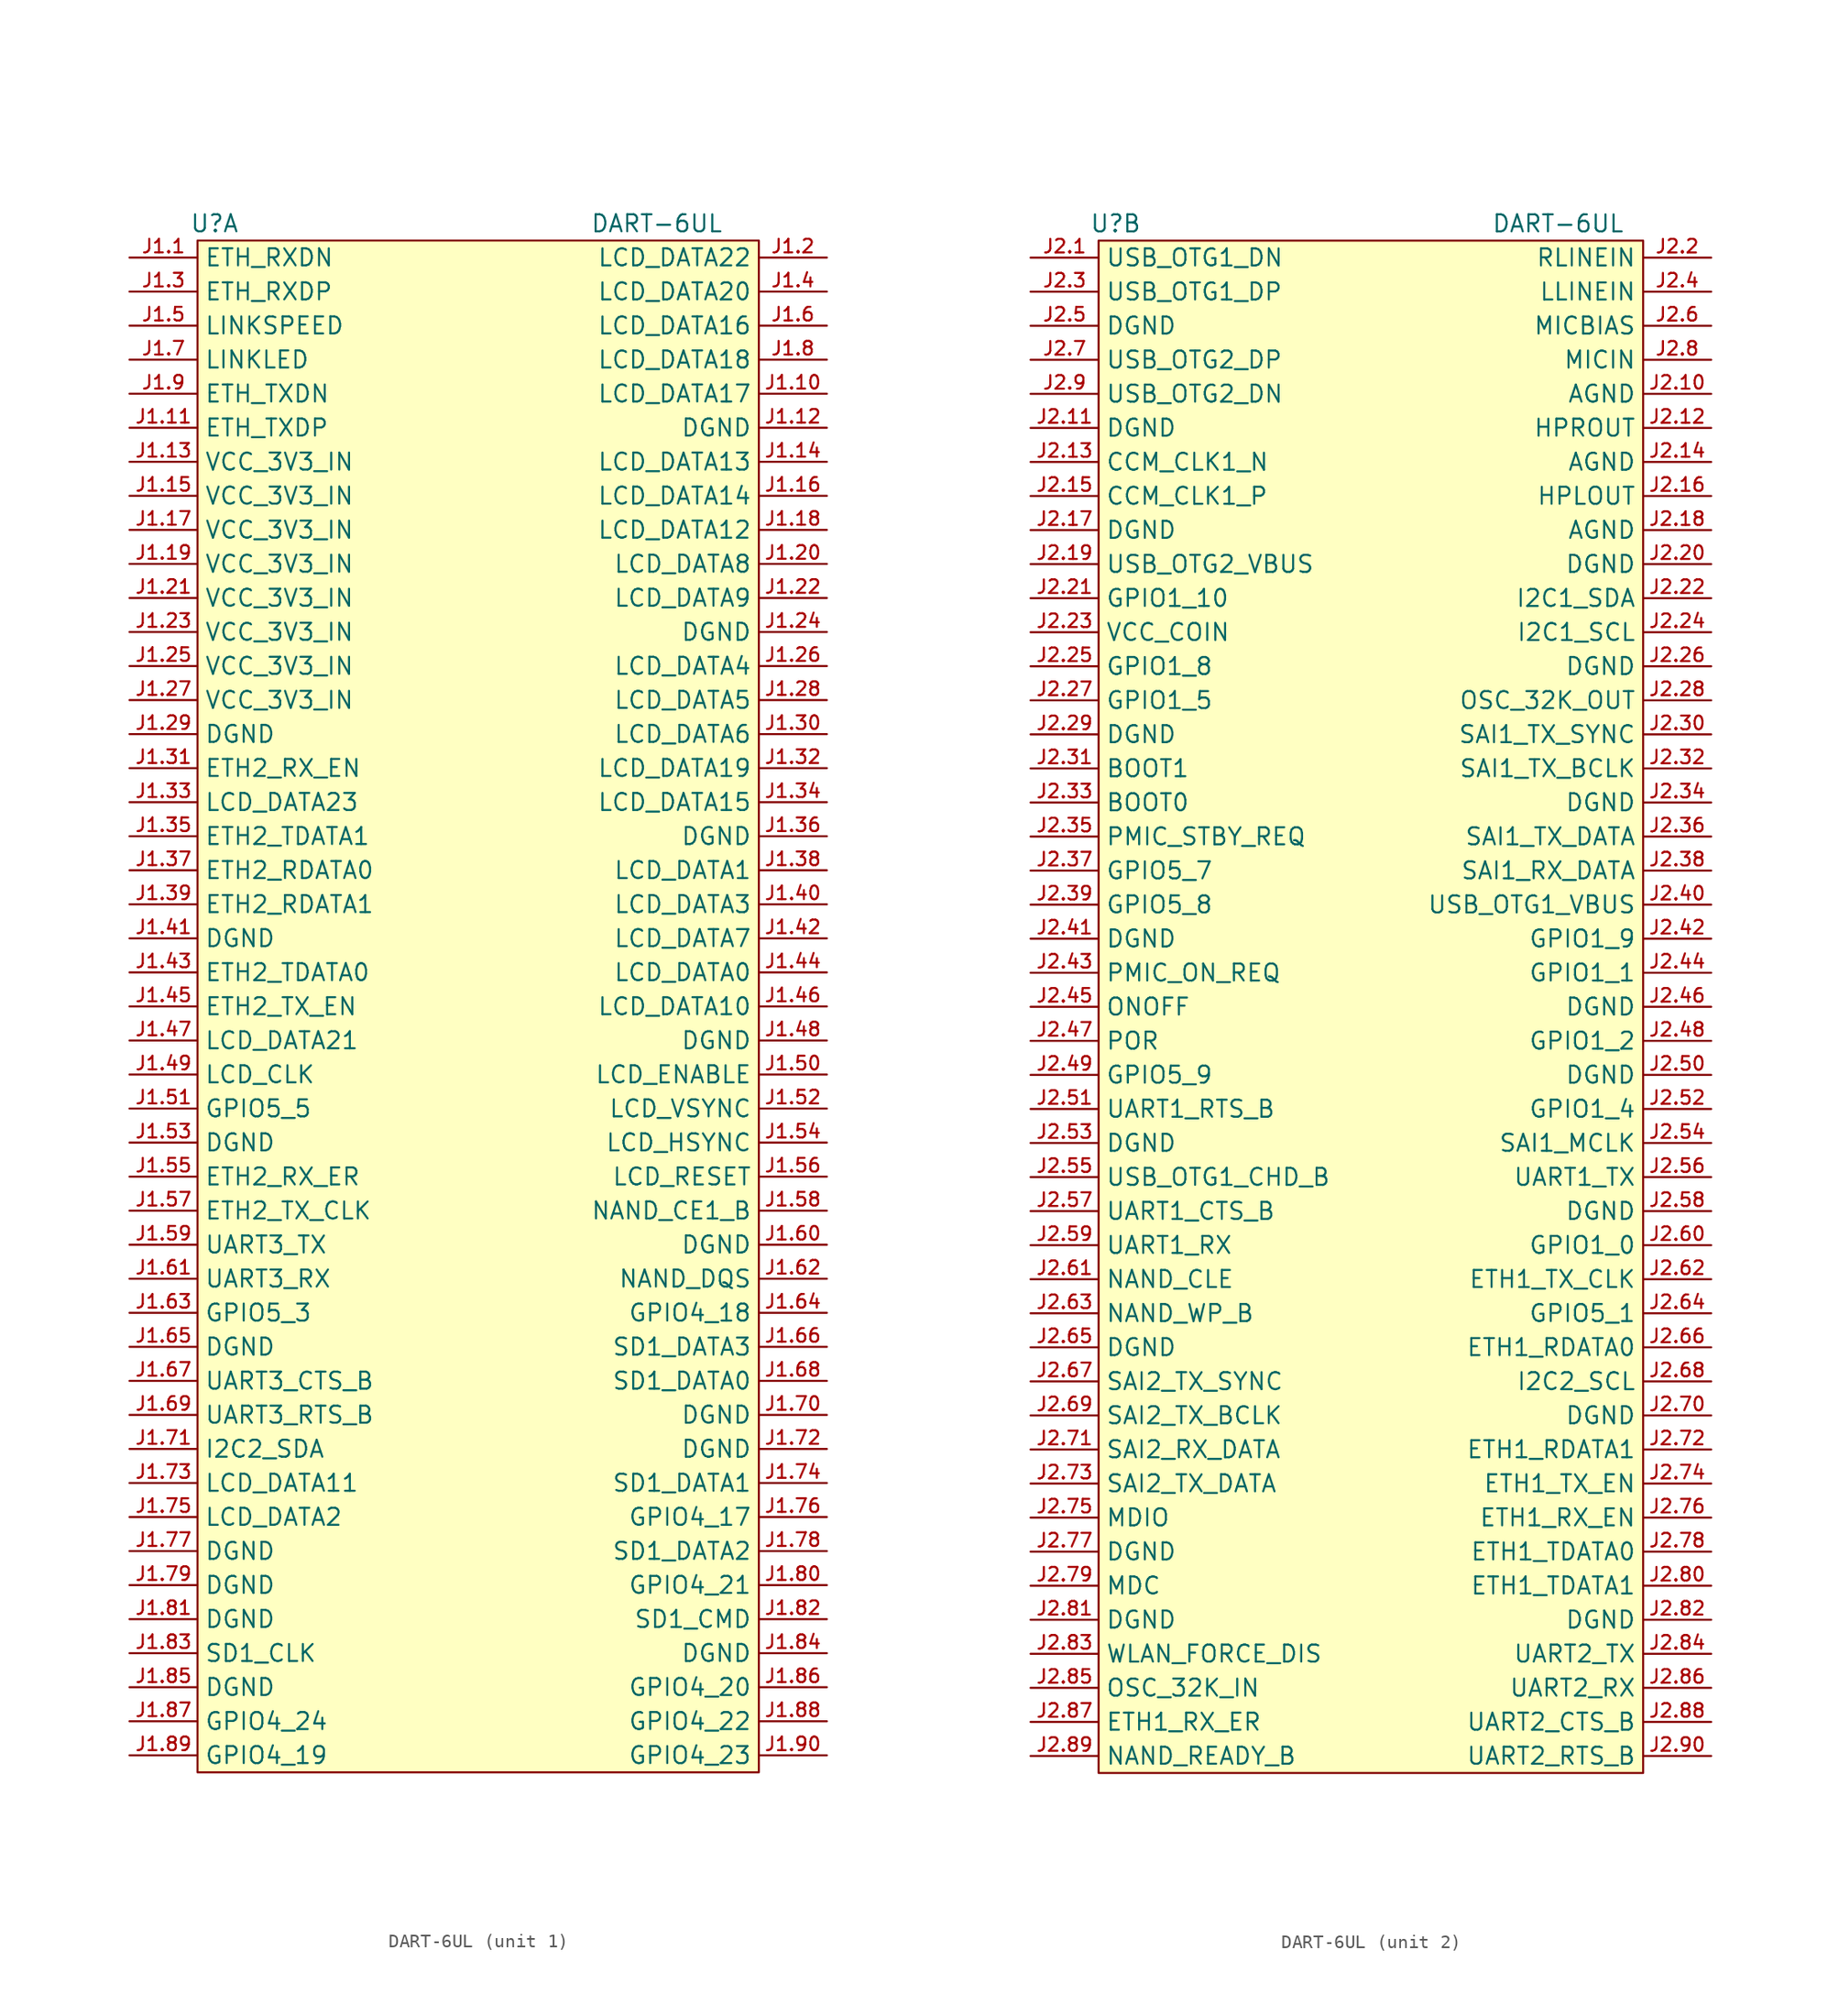
<source format=kicad_sym>
(kicad_symbol_lib
  (version 20210619)
  (generator kicad_symbol_editor)
  (symbol "DART-6UL"
    (property "Reference" "U"
      (at -19.05 58.42 0)
      (effects (font (size 1.27 1.27))))
    (property "Value" "DART-6UL"
      (at 13.97 58.42 0)
      (effects (font (size 1.27 1.27))))
    (property "ki_locked" ""
      (at 0 0 0)
      (effects (font (size 1.27 1.27))))
    (symbol "DART-6UL_1_1"
      (rectangle (start -20.32 57.15) (end 21.59 -57.15) (stroke (width 0)) (fill (type background)))
      (pin unspecified line (at -25.4 55.88 0) (length 5.08) (name "ETH_RXDN" (effects (font (size 1.27 1.27)))) (number "J1.1" (effects (font (size 1.016 1.016)))))
      (pin unspecified line (at 26.67 45.72 180) (length 5.08) (name "LCD_DATA17" (effects (font (size 1.27 1.27)))) (number "J1.10" (effects (font (size 1.016 1.016)))))
      (pin unspecified line (at -25.4 43.18 0) (length 5.08) (name "ETH_TXDP" (effects (font (size 1.27 1.27)))) (number "J1.11" (effects (font (size 1.016 1.016)))))
      (pin power_in line (at 26.67 43.18 180) (length 5.08) (name "DGND" (effects (font (size 1.27 1.27)))) (number "J1.12" (effects (font (size 1.016 1.016)))))
      (pin power_in line (at -25.4 40.64 0) (length 5.08) (name "VCC_3V3_IN" (effects (font (size 1.27 1.27)))) (number "J1.13" (effects (font (size 1.016 1.016)))))
      (pin unspecified line (at 26.67 40.64 180) (length 5.08) (name "LCD_DATA13" (effects (font (size 1.27 1.27)))) (number "J1.14" (effects (font (size 1.016 1.016)))))
      (pin power_in line (at -25.4 38.1 0) (length 5.08) (name "VCC_3V3_IN" (effects (font (size 1.27 1.27)))) (number "J1.15" (effects (font (size 1.016 1.016)))))
      (pin unspecified line (at 26.67 38.1 180) (length 5.08) (name "LCD_DATA14" (effects (font (size 1.27 1.27)))) (number "J1.16" (effects (font (size 1.016 1.016)))))
      (pin power_in line (at -25.4 35.56 0) (length 5.08) (name "VCC_3V3_IN" (effects (font (size 1.27 1.27)))) (number "J1.17" (effects (font (size 1.016 1.016)))))
      (pin unspecified line (at 26.67 35.56 180) (length 5.08) (name "LCD_DATA12" (effects (font (size 1.27 1.27)))) (number "J1.18" (effects (font (size 1.016 1.016)))))
      (pin power_in line (at -25.4 33.02 0) (length 5.08) (name "VCC_3V3_IN" (effects (font (size 1.27 1.27)))) (number "J1.19" (effects (font (size 1.016 1.016)))))
      (pin unspecified line (at 26.67 55.88 180) (length 5.08) (name "LCD_DATA22" (effects (font (size 1.27 1.27)))) (number "J1.2" (effects (font (size 1.016 1.016)))))
      (pin unspecified line (at 26.67 33.02 180) (length 5.08) (name "LCD_DATA8" (effects (font (size 1.27 1.27)))) (number "J1.20" (effects (font (size 1.016 1.016)))))
      (pin power_in line (at -25.4 30.48 0) (length 5.08) (name "VCC_3V3_IN" (effects (font (size 1.27 1.27)))) (number "J1.21" (effects (font (size 1.016 1.016)))))
      (pin unspecified line (at 26.67 30.48 180) (length 5.08) (name "LCD_DATA9" (effects (font (size 1.27 1.27)))) (number "J1.22" (effects (font (size 1.016 1.016)))))
      (pin power_in line (at -25.4 27.94 0) (length 5.08) (name "VCC_3V3_IN" (effects (font (size 1.27 1.27)))) (number "J1.23" (effects (font (size 1.016 1.016)))))
      (pin power_in line (at 26.67 27.94 180) (length 5.08) (name "DGND" (effects (font (size 1.27 1.27)))) (number "J1.24" (effects (font (size 1.016 1.016)))))
      (pin power_in line (at -25.4 25.4 0) (length 5.08) (name "VCC_3V3_IN" (effects (font (size 1.27 1.27)))) (number "J1.25" (effects (font (size 1.016 1.016)))))
      (pin unspecified line (at 26.67 25.4 180) (length 5.08) (name "LCD_DATA4" (effects (font (size 1.27 1.27)))) (number "J1.26" (effects (font (size 1.016 1.016)))))
      (pin power_in line (at -25.4 22.86 0) (length 5.08) (name "VCC_3V3_IN" (effects (font (size 1.27 1.27)))) (number "J1.27" (effects (font (size 1.016 1.016)))))
      (pin unspecified line (at 26.67 22.86 180) (length 5.08) (name "LCD_DATA5" (effects (font (size 1.27 1.27)))) (number "J1.28" (effects (font (size 1.016 1.016)))))
      (pin power_in line (at -25.4 20.32 0) (length 5.08) (name "DGND" (effects (font (size 1.27 1.27)))) (number "J1.29" (effects (font (size 1.016 1.016)))))
      (pin unspecified line (at -25.4 53.34 0) (length 5.08) (name "ETH_RXDP" (effects (font (size 1.27 1.27)))) (number "J1.3" (effects (font (size 1.016 1.016)))))
      (pin unspecified line (at 26.67 20.32 180) (length 5.08) (name "LCD_DATA6" (effects (font (size 1.27 1.27)))) (number "J1.30" (effects (font (size 1.016 1.016)))))
      (pin unspecified line (at -25.4 17.78 0) (length 5.08) (name "ETH2_RX_EN" (effects (font (size 1.27 1.27)))) (number "J1.31" (effects (font (size 1.016 1.016)))))
      (pin unspecified line (at 26.67 17.78 180) (length 5.08) (name "LCD_DATA19" (effects (font (size 1.27 1.27)))) (number "J1.32" (effects (font (size 1.016 1.016)))))
      (pin unspecified line (at -25.4 15.24 0) (length 5.08) (name "LCD_DATA23" (effects (font (size 1.27 1.27)))) (number "J1.33" (effects (font (size 1.016 1.016)))))
      (pin unspecified line (at 26.67 15.24 180) (length 5.08) (name "LCD_DATA15" (effects (font (size 1.27 1.27)))) (number "J1.34" (effects (font (size 1.016 1.016)))))
      (pin unspecified line (at -25.4 12.7 0) (length 5.08) (name "ETH2_TDATA1" (effects (font (size 1.27 1.27)))) (number "J1.35" (effects (font (size 1.016 1.016)))))
      (pin power_in line (at 26.67 12.7 180) (length 5.08) (name "DGND" (effects (font (size 1.27 1.27)))) (number "J1.36" (effects (font (size 1.016 1.016)))))
      (pin unspecified line (at -25.4 10.16 0) (length 5.08) (name "ETH2_RDATA0" (effects (font (size 1.27 1.27)))) (number "J1.37" (effects (font (size 1.016 1.016)))))
      (pin unspecified line (at 26.67 10.16 180) (length 5.08) (name "LCD_DATA1" (effects (font (size 1.27 1.27)))) (number "J1.38" (effects (font (size 1.016 1.016)))))
      (pin unspecified line (at -25.4 7.62 0) (length 5.08) (name "ETH2_RDATA1" (effects (font (size 1.27 1.27)))) (number "J1.39" (effects (font (size 1.016 1.016)))))
      (pin unspecified line (at 26.67 53.34 180) (length 5.08) (name "LCD_DATA20" (effects (font (size 1.27 1.27)))) (number "J1.4" (effects (font (size 1.016 1.016)))))
      (pin unspecified line (at 26.67 7.62 180) (length 5.08) (name "LCD_DATA3" (effects (font (size 1.27 1.27)))) (number "J1.40" (effects (font (size 1.016 1.016)))))
      (pin power_in line (at -25.4 5.08 0) (length 5.08) (name "DGND" (effects (font (size 1.27 1.27)))) (number "J1.41" (effects (font (size 1.016 1.016)))))
      (pin unspecified line (at 26.67 5.08 180) (length 5.08) (name "LCD_DATA7" (effects (font (size 1.27 1.27)))) (number "J1.42" (effects (font (size 1.016 1.016)))))
      (pin unspecified line (at -25.4 2.54 0) (length 5.08) (name "ETH2_TDATA0" (effects (font (size 1.27 1.27)))) (number "J1.43" (effects (font (size 1.016 1.016)))))
      (pin unspecified line (at 26.67 2.54 180) (length 5.08) (name "LCD_DATA0" (effects (font (size 1.27 1.27)))) (number "J1.44" (effects (font (size 1.016 1.016)))))
      (pin unspecified line (at -25.4 0 0) (length 5.08) (name "ETH2_TX_EN" (effects (font (size 1.27 1.27)))) (number "J1.45" (effects (font (size 1.016 1.016)))))
      (pin unspecified line (at 26.67 0 180) (length 5.08) (name "LCD_DATA10" (effects (font (size 1.27 1.27)))) (number "J1.46" (effects (font (size 1.016 1.016)))))
      (pin unspecified line (at -25.4 -2.54 0) (length 5.08) (name "LCD_DATA21" (effects (font (size 1.27 1.27)))) (number "J1.47" (effects (font (size 1.016 1.016)))))
      (pin power_in line (at 26.67 -2.54 180) (length 5.08) (name "DGND" (effects (font (size 1.27 1.27)))) (number "J1.48" (effects (font (size 1.016 1.016)))))
      (pin unspecified line (at -25.4 -5.08 0) (length 5.08) (name "LCD_CLK" (effects (font (size 1.27 1.27)))) (number "J1.49" (effects (font (size 1.016 1.016)))))
      (pin unspecified line (at -25.4 50.8 0) (length 5.08) (name "LINKSPEED" (effects (font (size 1.27 1.27)))) (number "J1.5" (effects (font (size 1.016 1.016)))))
      (pin unspecified line (at 26.67 -5.08 180) (length 5.08) (name "LCD_ENABLE" (effects (font (size 1.27 1.27)))) (number "J1.50" (effects (font (size 1.016 1.016)))))
      (pin unspecified line (at -25.4 -7.62 0) (length 5.08) (name "GPIO5_5" (effects (font (size 1.27 1.27)))) (number "J1.51" (effects (font (size 1.016 1.016)))))
      (pin unspecified line (at 26.67 -7.62 180) (length 5.08) (name "LCD_VSYNC" (effects (font (size 1.27 1.27)))) (number "J1.52" (effects (font (size 1.016 1.016)))))
      (pin power_in line (at -25.4 -10.16 0) (length 5.08) (name "DGND" (effects (font (size 1.27 1.27)))) (number "J1.53" (effects (font (size 1.016 1.016)))))
      (pin unspecified line (at 26.67 -10.16 180) (length 5.08) (name "LCD_HSYNC" (effects (font (size 1.27 1.27)))) (number "J1.54" (effects (font (size 1.016 1.016)))))
      (pin unspecified line (at -25.4 -12.7 0) (length 5.08) (name "ETH2_RX_ER" (effects (font (size 1.27 1.27)))) (number "J1.55" (effects (font (size 1.016 1.016)))))
      (pin unspecified line (at 26.67 -12.7 180) (length 5.08) (name "LCD_RESET" (effects (font (size 1.27 1.27)))) (number "J1.56" (effects (font (size 1.016 1.016)))))
      (pin unspecified line (at -25.4 -15.24 0) (length 5.08) (name "ETH2_TX_CLK" (effects (font (size 1.27 1.27)))) (number "J1.57" (effects (font (size 1.016 1.016)))))
      (pin unspecified line (at 26.67 -15.24 180) (length 5.08) (name "NAND_CE1_B" (effects (font (size 1.27 1.27)))) (number "J1.58" (effects (font (size 1.016 1.016)))))
      (pin unspecified line (at -25.4 -17.78 0) (length 5.08) (name "UART3_TX" (effects (font (size 1.27 1.27)))) (number "J1.59" (effects (font (size 1.016 1.016)))))
      (pin unspecified line (at 26.67 50.8 180) (length 5.08) (name "LCD_DATA16" (effects (font (size 1.27 1.27)))) (number "J1.6" (effects (font (size 1.016 1.016)))))
      (pin power_in line (at 26.67 -17.78 180) (length 5.08) (name "DGND" (effects (font (size 1.27 1.27)))) (number "J1.60" (effects (font (size 1.016 1.016)))))
      (pin unspecified line (at -25.4 -20.32 0) (length 5.08) (name "UART3_RX" (effects (font (size 1.27 1.27)))) (number "J1.61" (effects (font (size 1.016 1.016)))))
      (pin unspecified line (at 26.67 -20.32 180) (length 5.08) (name "NAND_DQS" (effects (font (size 1.27 1.27)))) (number "J1.62" (effects (font (size 1.016 1.016)))))
      (pin unspecified line (at -25.4 -22.86 0) (length 5.08) (name "GPIO5_3" (effects (font (size 1.27 1.27)))) (number "J1.63" (effects (font (size 1.016 1.016)))))
      (pin unspecified line (at 26.67 -22.86 180) (length 5.08) (name "GPIO4_18" (effects (font (size 1.27 1.27)))) (number "J1.64" (effects (font (size 1.016 1.016)))))
      (pin power_in line (at -25.4 -25.4 0) (length 5.08) (name "DGND" (effects (font (size 1.27 1.27)))) (number "J1.65" (effects (font (size 1.016 1.016)))))
      (pin unspecified line (at 26.67 -25.4 180) (length 5.08) (name "SD1_DATA3" (effects (font (size 1.27 1.27)))) (number "J1.66" (effects (font (size 1.016 1.016)))))
      (pin unspecified line (at -25.4 -27.94 0) (length 5.08) (name "UART3_CTS_B" (effects (font (size 1.27 1.27)))) (number "J1.67" (effects (font (size 1.016 1.016)))))
      (pin unspecified line (at 26.67 -27.94 180) (length 5.08) (name "SD1_DATA0" (effects (font (size 1.27 1.27)))) (number "J1.68" (effects (font (size 1.016 1.016)))))
      (pin unspecified line (at -25.4 -30.48 0) (length 5.08) (name "UART3_RTS_B" (effects (font (size 1.27 1.27)))) (number "J1.69" (effects (font (size 1.016 1.016)))))
      (pin unspecified line (at -25.4 48.26 0) (length 5.08) (name "LINKLED" (effects (font (size 1.27 1.27)))) (number "J1.7" (effects (font (size 1.016 1.016)))))
      (pin power_in line (at 26.67 -30.48 180) (length 5.08) (name "DGND" (effects (font (size 1.27 1.27)))) (number "J1.70" (effects (font (size 1.016 1.016)))))
      (pin unspecified line (at -25.4 -33.02 0) (length 5.08) (name "I2C2_SDA" (effects (font (size 1.27 1.27)))) (number "J1.71" (effects (font (size 1.016 1.016)))))
      (pin power_in line (at 26.67 -33.02 180) (length 5.08) (name "DGND" (effects (font (size 1.27 1.27)))) (number "J1.72" (effects (font (size 1.016 1.016)))))
      (pin unspecified line (at -25.4 -35.56 0) (length 5.08) (name "LCD_DATA11" (effects (font (size 1.27 1.27)))) (number "J1.73" (effects (font (size 1.016 1.016)))))
      (pin unspecified line (at 26.67 -35.56 180) (length 5.08) (name "SD1_DATA1" (effects (font (size 1.27 1.27)))) (number "J1.74" (effects (font (size 1.016 1.016)))))
      (pin unspecified line (at -25.4 -38.1 0) (length 5.08) (name "LCD_DATA2" (effects (font (size 1.27 1.27)))) (number "J1.75" (effects (font (size 1.016 1.016)))))
      (pin unspecified line (at 26.67 -38.1 180) (length 5.08) (name "GPIO4_17" (effects (font (size 1.27 1.27)))) (number "J1.76" (effects (font (size 1.016 1.016)))))
      (pin power_in line (at -25.4 -40.64 0) (length 5.08) (name "DGND" (effects (font (size 1.27 1.27)))) (number "J1.77" (effects (font (size 1.016 1.016)))))
      (pin unspecified line (at 26.67 -40.64 180) (length 5.08) (name "SD1_DATA2" (effects (font (size 1.27 1.27)))) (number "J1.78" (effects (font (size 1.016 1.016)))))
      (pin power_in line (at -25.4 -43.18 0) (length 5.08) (name "DGND" (effects (font (size 1.27 1.27)))) (number "J1.79" (effects (font (size 1.016 1.016)))))
      (pin unspecified line (at 26.67 48.26 180) (length 5.08) (name "LCD_DATA18" (effects (font (size 1.27 1.27)))) (number "J1.8" (effects (font (size 1.016 1.016)))))
      (pin unspecified line (at 26.67 -43.18 180) (length 5.08) (name "GPIO4_21" (effects (font (size 1.27 1.27)))) (number "J1.80" (effects (font (size 1.016 1.016)))))
      (pin power_in line (at -25.4 -45.72 0) (length 5.08) (name "DGND" (effects (font (size 1.27 1.27)))) (number "J1.81" (effects (font (size 1.016 1.016)))))
      (pin unspecified line (at 26.67 -45.72 180) (length 5.08) (name "SD1_CMD" (effects (font (size 1.27 1.27)))) (number "J1.82" (effects (font (size 1.016 1.016)))))
      (pin unspecified line (at -25.4 -48.26 0) (length 5.08) (name "SD1_CLK" (effects (font (size 1.27 1.27)))) (number "J1.83" (effects (font (size 1.016 1.016)))))
      (pin power_in line (at 26.67 -48.26 180) (length 5.08) (name "DGND" (effects (font (size 1.27 1.27)))) (number "J1.84" (effects (font (size 1.016 1.016)))))
      (pin power_in line (at -25.4 -50.8 0) (length 5.08) (name "DGND" (effects (font (size 1.27 1.27)))) (number "J1.85" (effects (font (size 1.016 1.016)))))
      (pin unspecified line (at 26.67 -50.8 180) (length 5.08) (name "GPIO4_20" (effects (font (size 1.27 1.27)))) (number "J1.86" (effects (font (size 1.016 1.016)))))
      (pin unspecified line (at -25.4 -53.34 0) (length 5.08) (name "GPIO4_24" (effects (font (size 1.27 1.27)))) (number "J1.87" (effects (font (size 1.016 1.016)))))
      (pin unspecified line (at 26.67 -53.34 180) (length 5.08) (name "GPIO4_22" (effects (font (size 1.27 1.27)))) (number "J1.88" (effects (font (size 1.016 1.016)))))
      (pin unspecified line (at -25.4 -55.88 0) (length 5.08) (name "GPIO4_19" (effects (font (size 1.27 1.27)))) (number "J1.89" (effects (font (size 1.016 1.016)))))
      (pin unspecified line (at -25.4 45.72 0) (length 5.08) (name "ETH_TXDN" (effects (font (size 1.27 1.27)))) (number "J1.9" (effects (font (size 1.016 1.016)))))
      (pin unspecified line (at 26.67 -55.88 180) (length 5.08) (name "GPIO4_23" (effects (font (size 1.27 1.27)))) (number "J1.90" (effects (font (size 1.016 1.016))))))
    (symbol "DART-6UL_2_1"
      (rectangle (start -20.32 57.15) (end 20.32 -57.15) (stroke (width 0)) (fill (type background)))
      (pin unspecified line (at -25.4 55.88 0) (length 5.08) (name "USB_OTG1_DN" (effects (font (size 1.27 1.27)))) (number "J2.1" (effects (font (size 1.016 1.016)))))
      (pin unspecified line (at 25.4 45.72 180) (length 5.08) (name "AGND" (effects (font (size 1.27 1.27)))) (number "J2.10" (effects (font (size 1.016 1.016)))))
      (pin power_in line (at -25.4 43.18 0) (length 5.08) (name "DGND" (effects (font (size 1.27 1.27)))) (number "J2.11" (effects (font (size 1.016 1.016)))))
      (pin unspecified line (at 25.4 43.18 180) (length 5.08) (name "HPROUT" (effects (font (size 1.27 1.27)))) (number "J2.12" (effects (font (size 1.016 1.016)))))
      (pin unspecified line (at -25.4 40.64 0) (length 5.08) (name "CCM_CLK1_N" (effects (font (size 1.27 1.27)))) (number "J2.13" (effects (font (size 1.016 1.016)))))
      (pin unspecified line (at 25.4 40.64 180) (length 5.08) (name "AGND" (effects (font (size 1.27 1.27)))) (number "J2.14" (effects (font (size 1.016 1.016)))))
      (pin unspecified line (at -25.4 38.1 0) (length 5.08) (name "CCM_CLK1_P" (effects (font (size 1.27 1.27)))) (number "J2.15" (effects (font (size 1.016 1.016)))))
      (pin unspecified line (at 25.4 38.1 180) (length 5.08) (name "HPLOUT" (effects (font (size 1.27 1.27)))) (number "J2.16" (effects (font (size 1.016 1.016)))))
      (pin power_in line (at -25.4 35.56 0) (length 5.08) (name "DGND" (effects (font (size 1.27 1.27)))) (number "J2.17" (effects (font (size 1.016 1.016)))))
      (pin unspecified line (at 25.4 35.56 180) (length 5.08) (name "AGND" (effects (font (size 1.27 1.27)))) (number "J2.18" (effects (font (size 1.016 1.016)))))
      (pin unspecified line (at -25.4 33.02 0) (length 5.08) (name "USB_OTG2_VBUS" (effects (font (size 1.27 1.27)))) (number "J2.19" (effects (font (size 1.016 1.016)))))
      (pin unspecified line (at 25.4 55.88 180) (length 5.08) (name "RLINEIN" (effects (font (size 1.27 1.27)))) (number "J2.2" (effects (font (size 1.016 1.016)))))
      (pin power_in line (at 25.4 33.02 180) (length 5.08) (name "DGND" (effects (font (size 1.27 1.27)))) (number "J2.20" (effects (font (size 1.016 1.016)))))
      (pin unspecified line (at -25.4 30.48 0) (length 5.08) (name "GPIO1_10" (effects (font (size 1.27 1.27)))) (number "J2.21" (effects (font (size 1.016 1.016)))))
      (pin unspecified line (at 25.4 30.48 180) (length 5.08) (name "I2C1_SDA" (effects (font (size 1.27 1.27)))) (number "J2.22" (effects (font (size 1.016 1.016)))))
      (pin unspecified line (at -25.4 27.94 0) (length 5.08) (name "VCC_COIN" (effects (font (size 1.27 1.27)))) (number "J2.23" (effects (font (size 1.016 1.016)))))
      (pin unspecified line (at 25.4 27.94 180) (length 5.08) (name "I2C1_SCL" (effects (font (size 1.27 1.27)))) (number "J2.24" (effects (font (size 1.016 1.016)))))
      (pin unspecified line (at -25.4 25.4 0) (length 5.08) (name "GPIO1_8" (effects (font (size 1.27 1.27)))) (number "J2.25" (effects (font (size 1.016 1.016)))))
      (pin power_in line (at 25.4 25.4 180) (length 5.08) (name "DGND" (effects (font (size 1.27 1.27)))) (number "J2.26" (effects (font (size 1.016 1.016)))))
      (pin unspecified line (at -25.4 22.86 0) (length 5.08) (name "GPIO1_5" (effects (font (size 1.27 1.27)))) (number "J2.27" (effects (font (size 1.016 1.016)))))
      (pin unspecified line (at 25.4 22.86 180) (length 5.08) (name "OSC_32K_OUT" (effects (font (size 1.27 1.27)))) (number "J2.28" (effects (font (size 1.016 1.016)))))
      (pin power_in line (at -25.4 20.32 0) (length 5.08) (name "DGND" (effects (font (size 1.27 1.27)))) (number "J2.29" (effects (font (size 1.016 1.016)))))
      (pin unspecified line (at -25.4 53.34 0) (length 5.08) (name "USB_OTG1_DP" (effects (font (size 1.27 1.27)))) (number "J2.3" (effects (font (size 1.016 1.016)))))
      (pin unspecified line (at 25.4 20.32 180) (length 5.08) (name "SAI1_TX_SYNC" (effects (font (size 1.27 1.27)))) (number "J2.30" (effects (font (size 1.016 1.016)))))
      (pin unspecified line (at -25.4 17.78 0) (length 5.08) (name "BOOT1" (effects (font (size 1.27 1.27)))) (number "J2.31" (effects (font (size 1.016 1.016)))))
      (pin unspecified line (at 25.4 17.78 180) (length 5.08) (name "SAI1_TX_BCLK" (effects (font (size 1.27 1.27)))) (number "J2.32" (effects (font (size 1.016 1.016)))))
      (pin unspecified line (at -25.4 15.24 0) (length 5.08) (name "BOOT0" (effects (font (size 1.27 1.27)))) (number "J2.33" (effects (font (size 1.016 1.016)))))
      (pin power_in line (at 25.4 15.24 180) (length 5.08) (name "DGND" (effects (font (size 1.27 1.27)))) (number "J2.34" (effects (font (size 1.016 1.016)))))
      (pin unspecified line (at -25.4 12.7 0) (length 5.08) (name "PMIC_STBY_REQ" (effects (font (size 1.27 1.27)))) (number "J2.35" (effects (font (size 1.016 1.016)))))
      (pin unspecified line (at 25.4 12.7 180) (length 5.08) (name "SAI1_TX_DATA" (effects (font (size 1.27 1.27)))) (number "J2.36" (effects (font (size 1.016 1.016)))))
      (pin unspecified line (at -25.4 10.16 0) (length 5.08) (name "GPIO5_7" (effects (font (size 1.27 1.27)))) (number "J2.37" (effects (font (size 1.016 1.016)))))
      (pin unspecified line (at 25.4 10.16 180) (length 5.08) (name "SAI1_RX_DATA" (effects (font (size 1.27 1.27)))) (number "J2.38" (effects (font (size 1.016 1.016)))))
      (pin unspecified line (at -25.4 7.62 0) (length 5.08) (name "GPIO5_8" (effects (font (size 1.27 1.27)))) (number "J2.39" (effects (font (size 1.016 1.016)))))
      (pin unspecified line (at 25.4 53.34 180) (length 5.08) (name "LLINEIN" (effects (font (size 1.27 1.27)))) (number "J2.4" (effects (font (size 1.016 1.016)))))
      (pin unspecified line (at 25.4 7.62 180) (length 5.08) (name "USB_OTG1_VBUS" (effects (font (size 1.27 1.27)))) (number "J2.40" (effects (font (size 1.016 1.016)))))
      (pin power_in line (at -25.4 5.08 0) (length 5.08) (name "DGND" (effects (font (size 1.27 1.27)))) (number "J2.41" (effects (font (size 1.016 1.016)))))
      (pin unspecified line (at 25.4 5.08 180) (length 5.08) (name "GPIO1_9" (effects (font (size 1.27 1.27)))) (number "J2.42" (effects (font (size 1.016 1.016)))))
      (pin unspecified line (at -25.4 2.54 0) (length 5.08) (name "PMIC_ON_REQ" (effects (font (size 1.27 1.27)))) (number "J2.43" (effects (font (size 1.016 1.016)))))
      (pin unspecified line (at 25.4 2.54 180) (length 5.08) (name "GPIO1_1" (effects (font (size 1.27 1.27)))) (number "J2.44" (effects (font (size 1.016 1.016)))))
      (pin unspecified line (at -25.4 0 0) (length 5.08) (name "ONOFF" (effects (font (size 1.27 1.27)))) (number "J2.45" (effects (font (size 1.016 1.016)))))
      (pin power_in line (at 25.4 0 180) (length 5.08) (name "DGND" (effects (font (size 1.27 1.27)))) (number "J2.46" (effects (font (size 1.016 1.016)))))
      (pin unspecified line (at -25.4 -2.54 0) (length 5.08) (name "POR" (effects (font (size 1.27 1.27)))) (number "J2.47" (effects (font (size 1.016 1.016)))))
      (pin unspecified line (at 25.4 -2.54 180) (length 5.08) (name "GPIO1_2" (effects (font (size 1.27 1.27)))) (number "J2.48" (effects (font (size 1.016 1.016)))))
      (pin unspecified line (at -25.4 -5.08 0) (length 5.08) (name "GPIO5_9" (effects (font (size 1.27 1.27)))) (number "J2.49" (effects (font (size 1.016 1.016)))))
      (pin power_in line (at -25.4 50.8 0) (length 5.08) (name "DGND" (effects (font (size 1.27 1.27)))) (number "J2.5" (effects (font (size 1.016 1.016)))))
      (pin power_in line (at 25.4 -5.08 180) (length 5.08) (name "DGND" (effects (font (size 1.27 1.27)))) (number "J2.50" (effects (font (size 1.016 1.016)))))
      (pin unspecified line (at -25.4 -7.62 0) (length 5.08) (name "UART1_RTS_B" (effects (font (size 1.27 1.27)))) (number "J2.51" (effects (font (size 1.016 1.016)))))
      (pin unspecified line (at 25.4 -7.62 180) (length 5.08) (name "GPIO1_4" (effects (font (size 1.27 1.27)))) (number "J2.52" (effects (font (size 1.016 1.016)))))
      (pin power_in line (at -25.4 -10.16 0) (length 5.08) (name "DGND" (effects (font (size 1.27 1.27)))) (number "J2.53" (effects (font (size 1.016 1.016)))))
      (pin unspecified line (at 25.4 -10.16 180) (length 5.08) (name "SAI1_MCLK" (effects (font (size 1.27 1.27)))) (number "J2.54" (effects (font (size 1.016 1.016)))))
      (pin unspecified line (at -25.4 -12.7 0) (length 5.08) (name "USB_OTG1_CHD_B" (effects (font (size 1.27 1.27)))) (number "J2.55" (effects (font (size 1.016 1.016)))))
      (pin unspecified line (at 25.4 -12.7 180) (length 5.08) (name "UART1_TX" (effects (font (size 1.27 1.27)))) (number "J2.56" (effects (font (size 1.016 1.016)))))
      (pin unspecified line (at -25.4 -15.24 0) (length 5.08) (name "UART1_CTS_B" (effects (font (size 1.27 1.27)))) (number "J2.57" (effects (font (size 1.016 1.016)))))
      (pin power_in line (at 25.4 -15.24 180) (length 5.08) (name "DGND" (effects (font (size 1.27 1.27)))) (number "J2.58" (effects (font (size 1.016 1.016)))))
      (pin unspecified line (at -25.4 -17.78 0) (length 5.08) (name "UART1_RX" (effects (font (size 1.27 1.27)))) (number "J2.59" (effects (font (size 1.016 1.016)))))
      (pin unspecified line (at 25.4 50.8 180) (length 5.08) (name "MICBIAS" (effects (font (size 1.27 1.27)))) (number "J2.6" (effects (font (size 1.016 1.016)))))
      (pin unspecified line (at 25.4 -17.78 180) (length 5.08) (name "GPIO1_0" (effects (font (size 1.27 1.27)))) (number "J2.60" (effects (font (size 1.016 1.016)))))
      (pin unspecified line (at -25.4 -20.32 0) (length 5.08) (name "NAND_CLE" (effects (font (size 1.27 1.27)))) (number "J2.61" (effects (font (size 1.016 1.016)))))
      (pin unspecified line (at 25.4 -20.32 180) (length 5.08) (name "ETH1_TX_CLK" (effects (font (size 1.27 1.27)))) (number "J2.62" (effects (font (size 1.016 1.016)))))
      (pin unspecified line (at -25.4 -22.86 0) (length 5.08) (name "NAND_WP_B" (effects (font (size 1.27 1.27)))) (number "J2.63" (effects (font (size 1.016 1.016)))))
      (pin unspecified line (at 25.4 -22.86 180) (length 5.08) (name "GPIO5_1" (effects (font (size 1.27 1.27)))) (number "J2.64" (effects (font (size 1.016 1.016)))))
      (pin power_in line (at -25.4 -25.4 0) (length 5.08) (name "DGND" (effects (font (size 1.27 1.27)))) (number "J2.65" (effects (font (size 1.016 1.016)))))
      (pin unspecified line (at 25.4 -25.4 180) (length 5.08) (name "ETH1_RDATA0" (effects (font (size 1.27 1.27)))) (number "J2.66" (effects (font (size 1.016 1.016)))))
      (pin unspecified line (at -25.4 -27.94 0) (length 5.08) (name "SAI2_TX_SYNC" (effects (font (size 1.27 1.27)))) (number "J2.67" (effects (font (size 1.016 1.016)))))
      (pin unspecified line (at 25.4 -27.94 180) (length 5.08) (name "I2C2_SCL" (effects (font (size 1.27 1.27)))) (number "J2.68" (effects (font (size 1.016 1.016)))))
      (pin unspecified line (at -25.4 -30.48 0) (length 5.08) (name "SAI2_TX_BCLK" (effects (font (size 1.27 1.27)))) (number "J2.69" (effects (font (size 1.016 1.016)))))
      (pin unspecified line (at -25.4 48.26 0) (length 5.08) (name "USB_OTG2_DP" (effects (font (size 1.27 1.27)))) (number "J2.7" (effects (font (size 1.016 1.016)))))
      (pin power_in line (at 25.4 -30.48 180) (length 5.08) (name "DGND" (effects (font (size 1.27 1.27)))) (number "J2.70" (effects (font (size 1.016 1.016)))))
      (pin unspecified line (at -25.4 -33.02 0) (length 5.08) (name "SAI2_RX_DATA" (effects (font (size 1.27 1.27)))) (number "J2.71" (effects (font (size 1.016 1.016)))))
      (pin unspecified line (at 25.4 -33.02 180) (length 5.08) (name "ETH1_RDATA1" (effects (font (size 1.27 1.27)))) (number "J2.72" (effects (font (size 1.016 1.016)))))
      (pin unspecified line (at -25.4 -35.56 0) (length 5.08) (name "SAI2_TX_DATA" (effects (font (size 1.27 1.27)))) (number "J2.73" (effects (font (size 1.016 1.016)))))
      (pin unspecified line (at 25.4 -35.56 180) (length 5.08) (name "ETH1_TX_EN" (effects (font (size 1.27 1.27)))) (number "J2.74" (effects (font (size 1.016 1.016)))))
      (pin unspecified line (at -25.4 -38.1 0) (length 5.08) (name "MDIO" (effects (font (size 1.27 1.27)))) (number "J2.75" (effects (font (size 1.016 1.016)))))
      (pin unspecified line (at 25.4 -38.1 180) (length 5.08) (name "ETH1_RX_EN" (effects (font (size 1.27 1.27)))) (number "J2.76" (effects (font (size 1.016 1.016)))))
      (pin power_in line (at -25.4 -40.64 0) (length 5.08) (name "DGND" (effects (font (size 1.27 1.27)))) (number "J2.77" (effects (font (size 1.016 1.016)))))
      (pin unspecified line (at 25.4 -40.64 180) (length 5.08) (name "ETH1_TDATA0" (effects (font (size 1.27 1.27)))) (number "J2.78" (effects (font (size 1.016 1.016)))))
      (pin unspecified line (at -25.4 -43.18 0) (length 5.08) (name "MDC" (effects (font (size 1.27 1.27)))) (number "J2.79" (effects (font (size 1.016 1.016)))))
      (pin unspecified line (at 25.4 48.26 180) (length 5.08) (name "MICIN" (effects (font (size 1.27 1.27)))) (number "J2.8" (effects (font (size 1.016 1.016)))))
      (pin unspecified line (at 25.4 -43.18 180) (length 5.08) (name "ETH1_TDATA1" (effects (font (size 1.27 1.27)))) (number "J2.80" (effects (font (size 1.016 1.016)))))
      (pin power_in line (at -25.4 -45.72 0) (length 5.08) (name "DGND" (effects (font (size 1.27 1.27)))) (number "J2.81" (effects (font (size 1.016 1.016)))))
      (pin power_in line (at 25.4 -45.72 180) (length 5.08) (name "DGND" (effects (font (size 1.27 1.27)))) (number "J2.82" (effects (font (size 1.016 1.016)))))
      (pin unspecified line (at -25.4 -48.26 0) (length 5.08) (name "WLAN_FORCE_DIS" (effects (font (size 1.27 1.27)))) (number "J2.83" (effects (font (size 1.016 1.016)))))
      (pin unspecified line (at 25.4 -48.26 180) (length 5.08) (name "UART2_TX" (effects (font (size 1.27 1.27)))) (number "J2.84" (effects (font (size 1.016 1.016)))))
      (pin unspecified line (at -25.4 -50.8 0) (length 5.08) (name "OSC_32K_IN" (effects (font (size 1.27 1.27)))) (number "J2.85" (effects (font (size 1.016 1.016)))))
      (pin unspecified line (at 25.4 -50.8 180) (length 5.08) (name "UART2_RX" (effects (font (size 1.27 1.27)))) (number "J2.86" (effects (font (size 1.016 1.016)))))
      (pin unspecified line (at -25.4 -53.34 0) (length 5.08) (name "ETH1_RX_ER" (effects (font (size 1.27 1.27)))) (number "J2.87" (effects (font (size 1.016 1.016)))))
      (pin unspecified line (at 25.4 -53.34 180) (length 5.08) (name "UART2_CTS_B" (effects (font (size 1.27 1.27)))) (number "J2.88" (effects (font (size 1.016 1.016)))))
      (pin unspecified line (at -25.4 -55.88 0) (length 5.08) (name "NAND_READY_B" (effects (font (size 1.27 1.27)))) (number "J2.89" (effects (font (size 1.016 1.016)))))
      (pin unspecified line (at -25.4 45.72 0) (length 5.08) (name "USB_OTG2_DN" (effects (font (size 1.27 1.27)))) (number "J2.9" (effects (font (size 1.016 1.016)))))
      (pin unspecified line (at 25.4 -55.88 180) (length 5.08) (name "UART2_RTS_B" (effects (font (size 1.27 1.27)))) (number "J2.90" (effects (font (size 1.016 1.016))))))))
</source>
